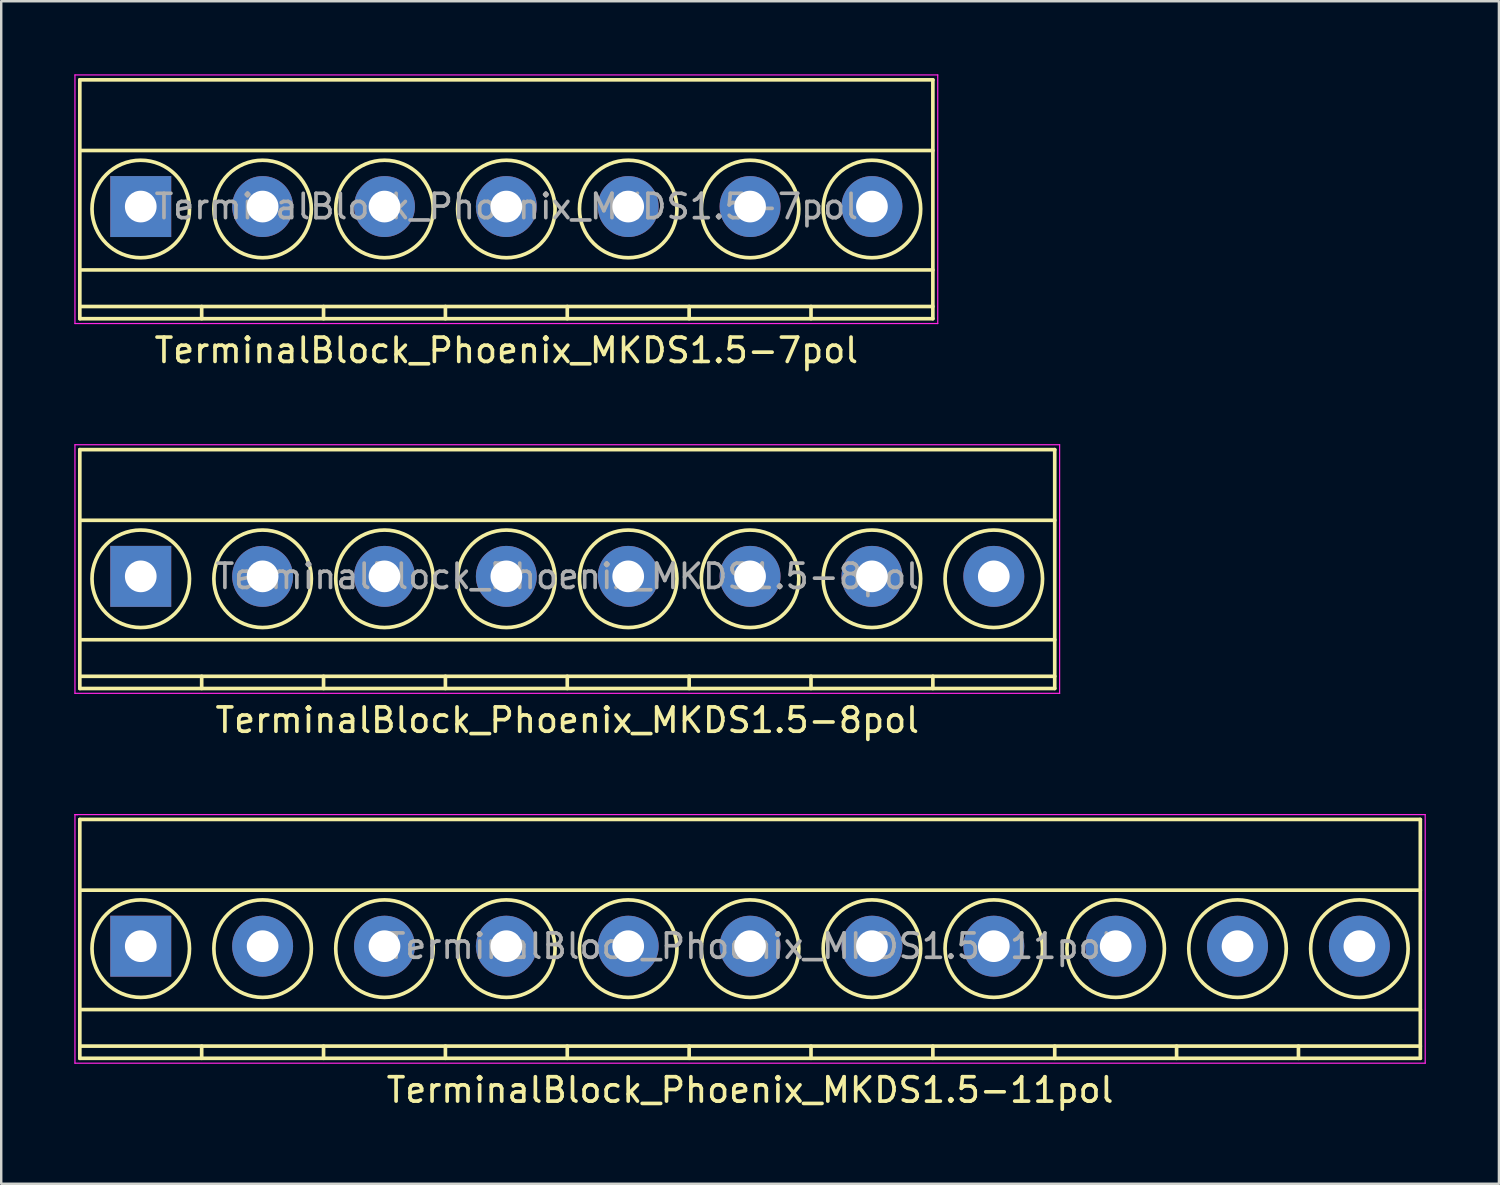
<source format=kicad_pcb>
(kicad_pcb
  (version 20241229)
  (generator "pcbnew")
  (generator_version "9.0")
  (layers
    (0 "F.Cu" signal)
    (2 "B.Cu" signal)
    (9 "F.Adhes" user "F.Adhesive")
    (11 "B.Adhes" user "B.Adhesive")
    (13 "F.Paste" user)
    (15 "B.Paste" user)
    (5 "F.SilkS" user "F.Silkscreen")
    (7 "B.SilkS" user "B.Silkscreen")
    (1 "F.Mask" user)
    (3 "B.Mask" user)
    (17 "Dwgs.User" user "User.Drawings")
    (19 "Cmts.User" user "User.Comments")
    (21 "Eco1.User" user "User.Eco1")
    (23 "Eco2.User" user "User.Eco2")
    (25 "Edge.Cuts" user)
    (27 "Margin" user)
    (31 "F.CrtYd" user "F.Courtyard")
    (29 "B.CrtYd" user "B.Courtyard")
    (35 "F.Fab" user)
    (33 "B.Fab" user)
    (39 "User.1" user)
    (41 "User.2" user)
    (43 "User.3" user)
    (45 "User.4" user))
  (footprint "TerminalBlock_Phoenix_MKDS1.5-7pol"
    (layer "F.Cu")
    (at 2.725 5.425)
    (property "Reference" "TerminalBlock_Phoenix_MKDS1.5-7pol" (at 15 5.9 0) (layer "F.SilkS") (effects (font (size 1 1) (thickness 0.15))))
    (attr through_hole)
    (fp_line (start -2.5 -5.2) (end -2.5 4.6) (stroke (width 0.15) (type solid)) (layer "F.SilkS"))
    (fp_line (start -2.5 -2.3) (end 32.5 -2.3) (stroke (width 0.15) (type solid)) (layer "F.SilkS"))
    (fp_line (start -2.5 2.6) (end 32.5 2.6) (stroke (width 0.15) (type solid)) (layer "F.SilkS"))
    (fp_line (start -2.5 4.1) (end 32.5 4.1) (stroke (width 0.15) (type solid)) (layer "F.SilkS"))
    (fp_line (start -2.5 4.6) (end 32.5 4.6) (stroke (width 0.15) (type solid)) (layer "F.SilkS"))
    (fp_line (start 2.5 4.1) (end 2.5 4.6) (stroke (width 0.15) (type solid)) (layer "F.SilkS"))
    (fp_line (start 7.5 4.1) (end 7.5 4.6) (stroke (width 0.15) (type solid)) (layer "F.SilkS"))
    (fp_line (start 12.5 4.1) (end 12.5 4.6) (stroke (width 0.15) (type solid)) (layer "F.SilkS"))
    (fp_line (start 17.5 4.1) (end 17.5 4.6) (stroke (width 0.15) (type solid)) (layer "F.SilkS"))
    (fp_line (start 22.5 4.1) (end 22.5 4.6) (stroke (width 0.15) (type solid)) (layer "F.SilkS"))
    (fp_line (start 27.5 4.1) (end 27.5 4.6) (stroke (width 0.15) (type solid)) (layer "F.SilkS"))
    (fp_line (start 32.5 -5.2) (end -2.5 -5.2) (stroke (width 0.15) (type solid)) (layer "F.SilkS"))
    (fp_line (start 32.5 4.6) (end 32.5 -5.2) (stroke (width 0.15) (type solid)) (layer "F.SilkS"))
    (fp_circle (center 0 0.1) (end 2 0.1) (stroke (width 0.15) (type solid)) (fill no) (layer "F.SilkS"))
    (fp_circle (center 5 0.1) (end 3 0.1) (stroke (width 0.15) (type solid)) (fill no) (layer "F.SilkS"))
    (fp_circle (center 10 0.1) (end 8 0.1) (stroke (width 0.15) (type solid)) (fill no) (layer "F.SilkS"))
    (fp_circle (center 15 0.1) (end 13 0.1) (stroke (width 0.15) (type solid)) (fill no) (layer "F.SilkS"))
    (fp_circle (center 20 0.1) (end 18 0.1) (stroke (width 0.15) (type solid)) (fill no) (layer "F.SilkS"))
    (fp_circle (center 25 0.1) (end 23 0.1) (stroke (width 0.15) (type solid)) (fill no) (layer "F.SilkS"))
    (fp_circle (center 30 0.1) (end 28 0.1) (stroke (width 0.15) (type solid)) (fill no) (layer "F.SilkS"))
    (fp_line (start -2.7 -5.4) (end 32.7 -5.4) (stroke (width 0.05) (type solid)) (layer "F.CrtYd"))
    (fp_line (start -2.7 4.8) (end -2.7 -5.4) (stroke (width 0.05) (type solid)) (layer "F.CrtYd"))
    (fp_line (start 32.7 -5.4) (end 32.7 4.8) (stroke (width 0.05) (type solid)) (layer "F.CrtYd"))
    (fp_line (start 32.7 4.8) (end -2.7 4.8) (stroke (width 0.05) (type solid)) (layer "F.CrtYd"))
    (fp_text user "${REFERENCE}" (at 15 0 0) (layer "F.Fab") (effects (font (size 1 1) (thickness 0.15))))
    (pad "1" thru_hole rect (at 0 0) (size 2.5 2.5) (drill 1.3) (layers "*.Cu" "*.Mask"))
    (pad "2" thru_hole circle (at 5 0) (size 2.5 2.5) (drill 1.3) (layers "*.Cu" "*.Mask"))
    (pad "3" thru_hole circle (at 10 0) (size 2.5 2.5) (drill 1.3) (layers "*.Cu" "*.Mask"))
    (pad "4" thru_hole circle (at 15 0) (size 2.5 2.5) (drill 1.3) (layers "*.Cu" "*.Mask"))
    (pad "5" thru_hole circle (at 20 0) (size 2.5 2.5) (drill 1.3) (layers "*.Cu" "*.Mask"))
    (pad "6" thru_hole circle (at 25 0) (size 2.5 2.5) (drill 1.3) (layers "*.Cu" "*.Mask"))
    (pad "7" thru_hole circle (at 30 0) (size 2.5 2.5) (drill 1.3) (layers "*.Cu" "*.Mask")))
  (footprint "TerminalBlock_Phoenix_MKDS1.5-8pol"
    (layer "F.Cu")
    (at 2.725 20.598)
    (property "Reference" "TerminalBlock_Phoenix_MKDS1.5-8pol" (at 17.5 5.9 0) (layer "F.SilkS") (effects (font (size 1 1) (thickness 0.15))))
    (attr through_hole)
    (fp_line (start -2.5 -5.2) (end -2.5 4.6) (stroke (width 0.15) (type solid)) (layer "F.SilkS"))
    (fp_line (start -2.5 -2.3) (end 37.5 -2.3) (stroke (width 0.15) (type solid)) (layer "F.SilkS"))
    (fp_line (start -2.5 2.6) (end 37.5 2.6) (stroke (width 0.15) (type solid)) (layer "F.SilkS"))
    (fp_line (start -2.5 4.1) (end 37.5 4.1) (stroke (width 0.15) (type solid)) (layer "F.SilkS"))
    (fp_line (start -2.5 4.6) (end 37.5 4.6) (stroke (width 0.15) (type solid)) (layer "F.SilkS"))
    (fp_line (start 2.5 4.1) (end 2.5 4.6) (stroke (width 0.15) (type solid)) (layer "F.SilkS"))
    (fp_line (start 7.5 4.1) (end 7.5 4.6) (stroke (width 0.15) (type solid)) (layer "F.SilkS"))
    (fp_line (start 12.5 4.1) (end 12.5 4.6) (stroke (width 0.15) (type solid)) (layer "F.SilkS"))
    (fp_line (start 17.5 4.1) (end 17.5 4.6) (stroke (width 0.15) (type solid)) (layer "F.SilkS"))
    (fp_line (start 22.5 4.1) (end 22.5 4.6) (stroke (width 0.15) (type solid)) (layer "F.SilkS"))
    (fp_line (start 27.5 4.1) (end 27.5 4.6) (stroke (width 0.15) (type solid)) (layer "F.SilkS"))
    (fp_line (start 32.5 4.1) (end 32.5 4.6) (stroke (width 0.15) (type solid)) (layer "F.SilkS"))
    (fp_line (start 37.5 -5.2) (end -2.5 -5.2) (stroke (width 0.15) (type solid)) (layer "F.SilkS"))
    (fp_line (start 37.5 4.6) (end 37.5 -5.2) (stroke (width 0.15) (type solid)) (layer "F.SilkS"))
    (fp_circle (center 0 0.1) (end 2 0.1) (stroke (width 0.15) (type solid)) (fill no) (layer "F.SilkS"))
    (fp_circle (center 5 0.1) (end 3 0.1) (stroke (width 0.15) (type solid)) (fill no) (layer "F.SilkS"))
    (fp_circle (center 10 0.1) (end 8 0.1) (stroke (width 0.15) (type solid)) (fill no) (layer "F.SilkS"))
    (fp_circle (center 15 0.1) (end 13 0.1) (stroke (width 0.15) (type solid)) (fill no) (layer "F.SilkS"))
    (fp_circle (center 20 0.1) (end 18 0.1) (stroke (width 0.15) (type solid)) (fill no) (layer "F.SilkS"))
    (fp_circle (center 25 0.1) (end 23 0.1) (stroke (width 0.15) (type solid)) (fill no) (layer "F.SilkS"))
    (fp_circle (center 30 0.1) (end 28 0.1) (stroke (width 0.15) (type solid)) (fill no) (layer "F.SilkS"))
    (fp_circle (center 35 0.1) (end 33 0.1) (stroke (width 0.15) (type solid)) (fill no) (layer "F.SilkS"))
    (fp_line (start -2.7 -5.4) (end 37.7 -5.4) (stroke (width 0.05) (type solid)) (layer "F.CrtYd"))
    (fp_line (start -2.7 4.8) (end -2.7 -5.4) (stroke (width 0.05) (type solid)) (layer "F.CrtYd"))
    (fp_line (start 37.7 -5.4) (end 37.7 4.8) (stroke (width 0.05) (type solid)) (layer "F.CrtYd"))
    (fp_line (start 37.7 4.8) (end -2.7 4.8) (stroke (width 0.05) (type solid)) (layer "F.CrtYd"))
    (fp_text user "${REFERENCE}" (at 17.5 0 0) (layer "F.Fab") (effects (font (size 1 1) (thickness 0.15))))
    (pad "1" thru_hole rect (at 0 0) (size 2.5 2.5) (drill 1.3) (layers "*.Cu" "*.Mask"))
    (pad "2" thru_hole circle (at 5 0) (size 2.5 2.5) (drill 1.3) (layers "*.Cu" "*.Mask"))
    (pad "3" thru_hole circle (at 10 0) (size 2.5 2.5) (drill 1.3) (layers "*.Cu" "*.Mask"))
    (pad "4" thru_hole circle (at 15 0) (size 2.5 2.5) (drill 1.3) (layers "*.Cu" "*.Mask"))
    (pad "5" thru_hole circle (at 20 0) (size 2.5 2.5) (drill 1.3) (layers "*.Cu" "*.Mask"))
    (pad "6" thru_hole circle (at 25 0) (size 2.5 2.5) (drill 1.3) (layers "*.Cu" "*.Mask"))
    (pad "7" thru_hole circle (at 30 0) (size 2.5 2.5) (drill 1.3) (layers "*.Cu" "*.Mask"))
    (pad "8" thru_hole circle (at 35 0) (size 2.5 2.5) (drill 1.3) (layers "*.Cu" "*.Mask")))
  (footprint "TerminalBlock_Phoenix_MKDS1.5-11pol"
    (layer "F.Cu")
    (at 2.725 35.772)
    (property "Reference" "TerminalBlock_Phoenix_MKDS1.5-11pol" (at 25 5.9 0) (layer "F.SilkS") (effects (font (size 1 1) (thickness 0.15))))
    (attr through_hole)
    (fp_line (start -2.5 -5.2) (end -2.5 4.6) (stroke (width 0.15) (type solid)) (layer "F.SilkS"))
    (fp_line (start -2.5 -2.3) (end 52.5 -2.3) (stroke (width 0.15) (type solid)) (layer "F.SilkS"))
    (fp_line (start -2.5 2.6) (end 52.5 2.6) (stroke (width 0.15) (type solid)) (layer "F.SilkS"))
    (fp_line (start -2.5 4.1) (end 52.5 4.1) (stroke (width 0.15) (type solid)) (layer "F.SilkS"))
    (fp_line (start -2.5 4.6) (end 52.5 4.6) (stroke (width 0.15) (type solid)) (layer "F.SilkS"))
    (fp_line (start 2.5 4.1) (end 2.5 4.6) (stroke (width 0.15) (type solid)) (layer "F.SilkS"))
    (fp_line (start 7.5 4.1) (end 7.5 4.6) (stroke (width 0.15) (type solid)) (layer "F.SilkS"))
    (fp_line (start 12.5 4.1) (end 12.5 4.6) (stroke (width 0.15) (type solid)) (layer "F.SilkS"))
    (fp_line (start 17.5 4.1) (end 17.5 4.6) (stroke (width 0.15) (type solid)) (layer "F.SilkS"))
    (fp_line (start 22.5 4.1) (end 22.5 4.6) (stroke (width 0.15) (type solid)) (layer "F.SilkS"))
    (fp_line (start 27.5 4.1) (end 27.5 4.6) (stroke (width 0.15) (type solid)) (layer "F.SilkS"))
    (fp_line (start 32.5 4.1) (end 32.5 4.6) (stroke (width 0.15) (type solid)) (layer "F.SilkS"))
    (fp_line (start 37.5 4.1) (end 37.5 4.6) (stroke (width 0.15) (type solid)) (layer "F.SilkS"))
    (fp_line (start 42.5 4.1) (end 42.5 4.6) (stroke (width 0.15) (type solid)) (layer "F.SilkS"))
    (fp_line (start 47.5 4.1) (end 47.5 4.6) (stroke (width 0.15) (type solid)) (layer "F.SilkS"))
    (fp_line (start 52.5 -5.2) (end -2.5 -5.2) (stroke (width 0.15) (type solid)) (layer "F.SilkS"))
    (fp_line (start 52.5 4.6) (end 52.5 -5.2) (stroke (width 0.15) (type solid)) (layer "F.SilkS"))
    (fp_circle (center 0 0.1) (end 2 0.1) (stroke (width 0.15) (type solid)) (fill no) (layer "F.SilkS"))
    (fp_circle (center 5 0.1) (end 3 0.1) (stroke (width 0.15) (type solid)) (fill no) (layer "F.SilkS"))
    (fp_circle (center 10 0.1) (end 8 0.1) (stroke (width 0.15) (type solid)) (fill no) (layer "F.SilkS"))
    (fp_circle (center 15 0.1) (end 13 0.1) (stroke (width 0.15) (type solid)) (fill no) (layer "F.SilkS"))
    (fp_circle (center 20 0.1) (end 18 0.1) (stroke (width 0.15) (type solid)) (fill no) (layer "F.SilkS"))
    (fp_circle (center 25 0.1) (end 23 0.1) (stroke (width 0.15) (type solid)) (fill no) (layer "F.SilkS"))
    (fp_circle (center 30 0.1) (end 28 0.1) (stroke (width 0.15) (type solid)) (fill no) (layer "F.SilkS"))
    (fp_circle (center 35 0.1) (end 33 0.1) (stroke (width 0.15) (type solid)) (fill no) (layer "F.SilkS"))
    (fp_circle (center 40 0.1) (end 38 0.1) (stroke (width 0.15) (type solid)) (fill no) (layer "F.SilkS"))
    (fp_circle (center 45 0.1) (end 43 0.1) (stroke (width 0.15) (type solid)) (fill no) (layer "F.SilkS"))
    (fp_circle (center 50 0.1) (end 48 0.1) (stroke (width 0.15) (type solid)) (fill no) (layer "F.SilkS"))
    (fp_line (start -2.7 -5.4) (end -2.7 4.8) (stroke (width 0.05) (type solid)) (layer "F.CrtYd"))
    (fp_line (start -2.7 -5.4) (end -2.6 -5.4) (stroke (width 0.05) (type solid)) (layer "F.CrtYd"))
    (fp_line (start -2.7 4.8) (end 52.7 4.8) (stroke (width 0.05) (type solid)) (layer "F.CrtYd"))
    (fp_line (start -2.6 -5.4) (end -2.7 -5.4) (stroke (width 0.05) (type solid)) (layer "F.CrtYd"))
    (fp_line (start 52.7 -5.4) (end -2.6 -5.4) (stroke (width 0.05) (type solid)) (layer "F.CrtYd"))
    (fp_line (start 52.7 4.8) (end 52.7 -5.4) (stroke (width 0.05) (type solid)) (layer "F.CrtYd"))
    (fp_text user "${REFERENCE}" (at 25 0 0) (layer "F.Fab") (effects (font (size 1 1) (thickness 0.15))))
    (pad "1" thru_hole rect (at 0 0) (size 2.5 2.5) (drill 1.3) (layers "*.Cu" "*.Mask"))
    (pad "2" thru_hole circle (at 5 0) (size 2.5 2.5) (drill 1.3) (layers "*.Cu" "*.Mask"))
    (pad "3" thru_hole circle (at 10 0) (size 2.5 2.5) (drill 1.3) (layers "*.Cu" "*.Mask"))
    (pad "4" thru_hole circle (at 15 0) (size 2.5 2.5) (drill 1.3) (layers "*.Cu" "*.Mask"))
    (pad "5" thru_hole circle (at 20 0) (size 2.5 2.5) (drill 1.3) (layers "*.Cu" "*.Mask"))
    (pad "6" thru_hole circle (at 25 0) (size 2.5 2.5) (drill 1.3) (layers "*.Cu" "*.Mask"))
    (pad "7" thru_hole circle (at 30 0) (size 2.5 2.5) (drill 1.3) (layers "*.Cu" "*.Mask"))
    (pad "8" thru_hole circle (at 35 0) (size 2.5 2.5) (drill 1.3) (layers "*.Cu" "*.Mask"))
    (pad "9" thru_hole circle (at 40 0) (size 2.5 2.5) (drill 1.3) (layers "*.Cu" "*.Mask"))
    (pad "10" thru_hole circle (at 45 0) (size 2.5 2.5) (drill 1.3) (layers "*.Cu" "*.Mask"))
    (pad "11" thru_hole circle (at 50 0) (size 2.5 2.5) (drill 1.3) (layers "*.Cu" "*.Mask")))
  (gr_rect
    (start -3 -3)
    (end 58.45 45.52)
    (stroke (width 0.1) (type default))
    (fill no)
    (layer "Edge.Cuts")))
</source>
